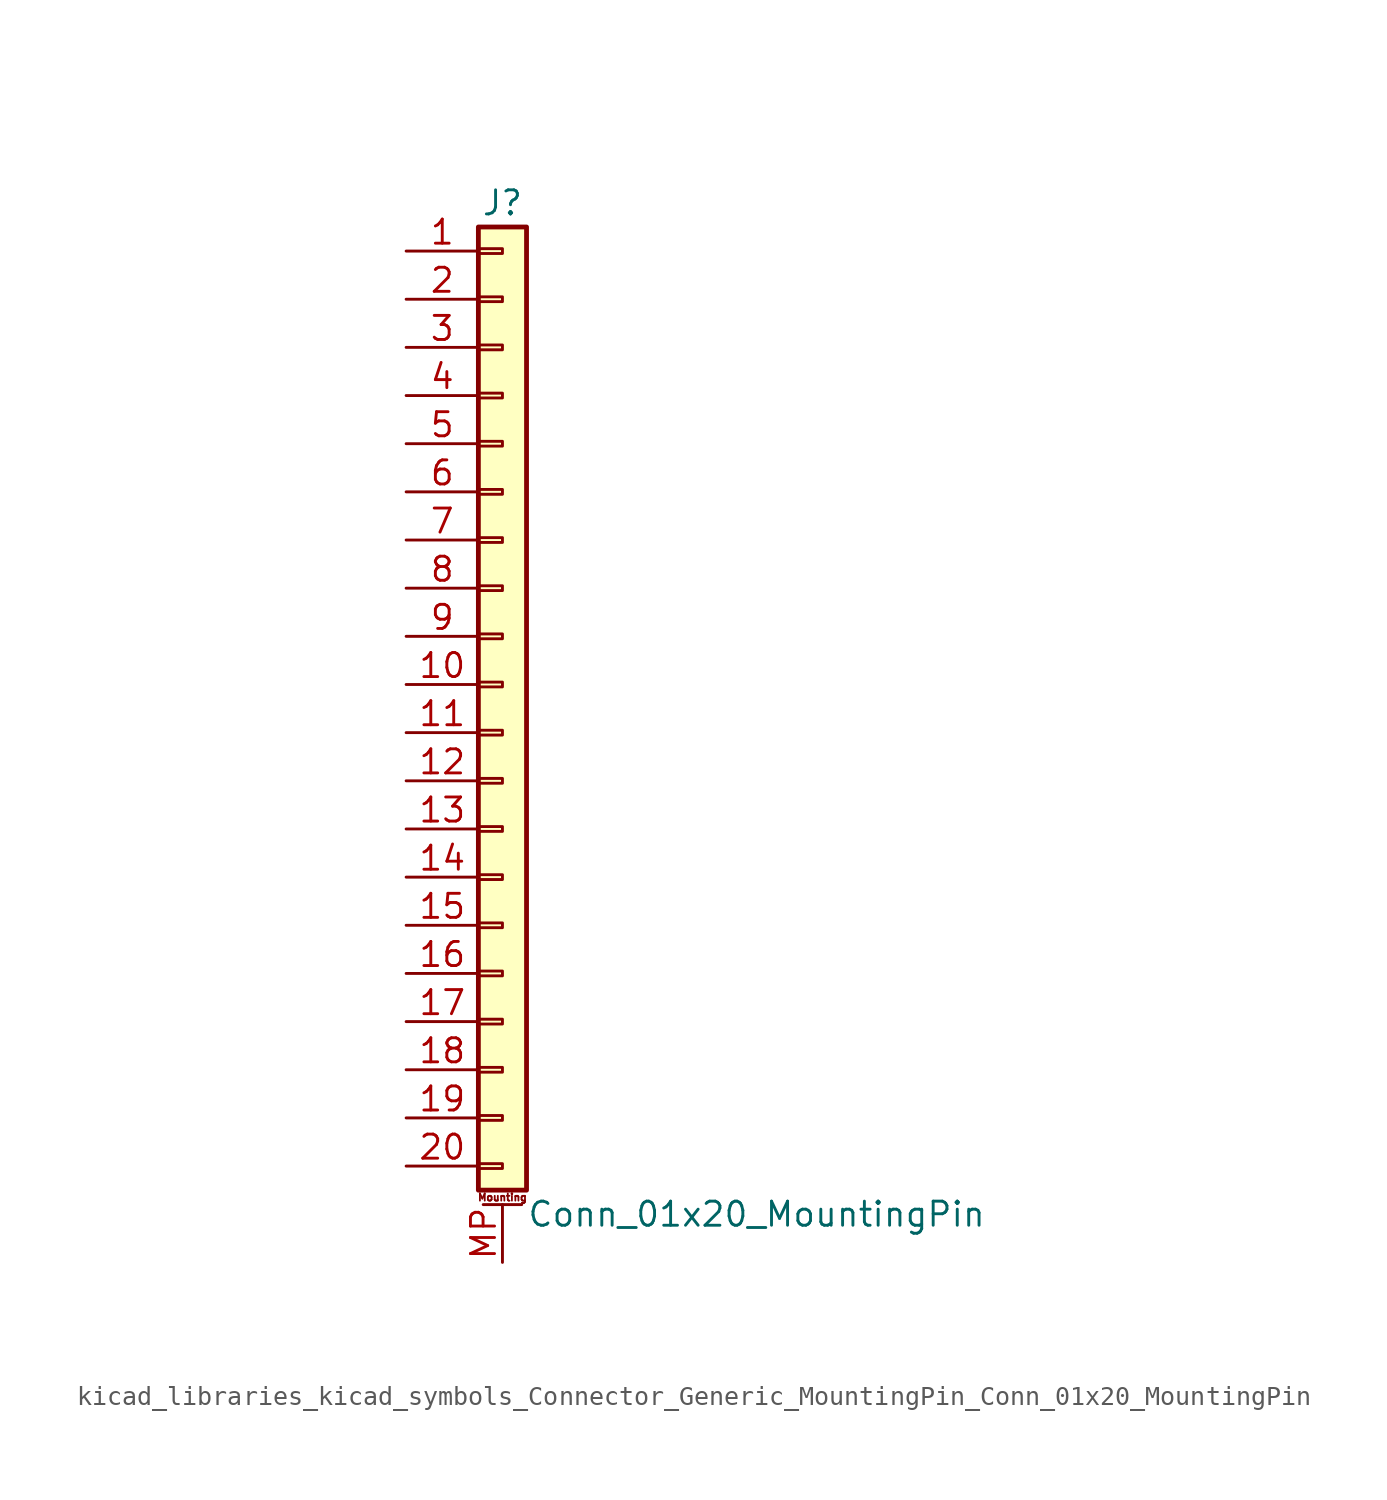
<source format=kicad_sym>
(kicad_symbol_lib
  (version 20220914)
  (generator kicad_symbol_editor)
  (symbol "kicad_libraries_kicad_symbols_Connector_Generic_MountingPin_Conn_01x20_MountingPin"
    (pin_names
      (offset 1.016) hide)
    (property "Reference" "J"
      (at 0 25.4 0)
      (effects (font (size 1.27 1.27))))
    (property "Value" "Conn_01x20_MountingPin"
      (at 1.27 -27.94 0)
      (effects (font (size 1.27 1.27)) (justify left)))
    (symbol "kicad_libraries_kicad_symbols_Connector_Generic_MountingPin_Conn_01x20_MountingPin_1_1"
      (rectangle (start -1.27 -25.273) (end 0 -25.527) (stroke (width 0.152) (type default)) (fill (type none)))
      (rectangle (start -1.27 -22.733) (end 0 -22.987) (stroke (width 0.152) (type default)) (fill (type none)))
      (rectangle (start -1.27 -20.193) (end 0 -20.447) (stroke (width 0.152) (type default)) (fill (type none)))
      (rectangle (start -1.27 -17.653) (end 0 -17.907) (stroke (width 0.152) (type default)) (fill (type none)))
      (rectangle (start -1.27 -15.113) (end 0 -15.367) (stroke (width 0.152) (type default)) (fill (type none)))
      (rectangle (start -1.27 -12.573) (end 0 -12.827) (stroke (width 0.152) (type default)) (fill (type none)))
      (rectangle (start -1.27 -10.033) (end 0 -10.287) (stroke (width 0.152) (type default)) (fill (type none)))
      (rectangle (start -1.27 -7.493) (end 0 -7.747) (stroke (width 0.152) (type default)) (fill (type none)))
      (rectangle (start -1.27 -4.953) (end 0 -5.207) (stroke (width 0.152) (type default)) (fill (type none)))
      (rectangle (start -1.27 -2.413) (end 0 -2.667) (stroke (width 0.152) (type default)) (fill (type none)))
      (rectangle (start -1.27 0.127) (end 0 -0.127) (stroke (width 0.152) (type default)) (fill (type none)))
      (rectangle (start -1.27 2.667) (end 0 2.413) (stroke (width 0.152) (type default)) (fill (type none)))
      (rectangle (start -1.27 5.207) (end 0 4.953) (stroke (width 0.152) (type default)) (fill (type none)))
      (rectangle (start -1.27 7.747) (end 0 7.493) (stroke (width 0.152) (type default)) (fill (type none)))
      (rectangle (start -1.27 10.287) (end 0 10.033) (stroke (width 0.152) (type default)) (fill (type none)))
      (rectangle (start -1.27 12.827) (end 0 12.573) (stroke (width 0.152) (type default)) (fill (type none)))
      (rectangle (start -1.27 15.367) (end 0 15.113) (stroke (width 0.152) (type default)) (fill (type none)))
      (rectangle (start -1.27 17.907) (end 0 17.653) (stroke (width 0.152) (type default)) (fill (type none)))
      (rectangle (start -1.27 20.447) (end 0 20.193) (stroke (width 0.152) (type default)) (fill (type none)))
      (rectangle (start -1.27 22.987) (end 0 22.733) (stroke (width 0.152) (type default)) (fill (type none)))
      (rectangle (start -1.27 24.13) (end 1.27 -26.67) (stroke (width 0.254) (type default)) (fill (type background)))
      (polyline (pts (xy -1.016 -27.432) (xy 1.016 -27.432)) (stroke (width 0.152) (type default)) (fill (type none)))
      (text "Mounting" (at 0 -27.051 0) (effects (font (size 0.381 0.381))))
      (pin passive line (at -5.08 22.86 0) (length 3.81) (name "Pin_1" (effects (font (size 1.27 1.27)))) (number "1" (effects (font (size 1.27 1.27)))))
      (pin passive line (at -5.08 0 0) (length 3.81) (name "Pin_10" (effects (font (size 1.27 1.27)))) (number "10" (effects (font (size 1.27 1.27)))))
      (pin passive line (at -5.08 -2.54 0) (length 3.81) (name "Pin_11" (effects (font (size 1.27 1.27)))) (number "11" (effects (font (size 1.27 1.27)))))
      (pin passive line (at -5.08 -5.08 0) (length 3.81) (name "Pin_12" (effects (font (size 1.27 1.27)))) (number "12" (effects (font (size 1.27 1.27)))))
      (pin passive line (at -5.08 -7.62 0) (length 3.81) (name "Pin_13" (effects (font (size 1.27 1.27)))) (number "13" (effects (font (size 1.27 1.27)))))
      (pin passive line (at -5.08 -10.16 0) (length 3.81) (name "Pin_14" (effects (font (size 1.27 1.27)))) (number "14" (effects (font (size 1.27 1.27)))))
      (pin passive line (at -5.08 -12.7 0) (length 3.81) (name "Pin_15" (effects (font (size 1.27 1.27)))) (number "15" (effects (font (size 1.27 1.27)))))
      (pin passive line (at -5.08 -15.24 0) (length 3.81) (name "Pin_16" (effects (font (size 1.27 1.27)))) (number "16" (effects (font (size 1.27 1.27)))))
      (pin passive line (at -5.08 -17.78 0) (length 3.81) (name "Pin_17" (effects (font (size 1.27 1.27)))) (number "17" (effects (font (size 1.27 1.27)))))
      (pin passive line (at -5.08 -20.32 0) (length 3.81) (name "Pin_18" (effects (font (size 1.27 1.27)))) (number "18" (effects (font (size 1.27 1.27)))))
      (pin passive line (at -5.08 -22.86 0) (length 3.81) (name "Pin_19" (effects (font (size 1.27 1.27)))) (number "19" (effects (font (size 1.27 1.27)))))
      (pin passive line (at -5.08 20.32 0) (length 3.81) (name "Pin_2" (effects (font (size 1.27 1.27)))) (number "2" (effects (font (size 1.27 1.27)))))
      (pin passive line (at -5.08 -25.4 0) (length 3.81) (name "Pin_20" (effects (font (size 1.27 1.27)))) (number "20" (effects (font (size 1.27 1.27)))))
      (pin passive line (at -5.08 17.78 0) (length 3.81) (name "Pin_3" (effects (font (size 1.27 1.27)))) (number "3" (effects (font (size 1.27 1.27)))))
      (pin passive line (at -5.08 15.24 0) (length 3.81) (name "Pin_4" (effects (font (size 1.27 1.27)))) (number "4" (effects (font (size 1.27 1.27)))))
      (pin passive line (at -5.08 12.7 0) (length 3.81) (name "Pin_5" (effects (font (size 1.27 1.27)))) (number "5" (effects (font (size 1.27 1.27)))))
      (pin passive line (at -5.08 10.16 0) (length 3.81) (name "Pin_6" (effects (font (size 1.27 1.27)))) (number "6" (effects (font (size 1.27 1.27)))))
      (pin passive line (at -5.08 7.62 0) (length 3.81) (name "Pin_7" (effects (font (size 1.27 1.27)))) (number "7" (effects (font (size 1.27 1.27)))))
      (pin passive line (at -5.08 5.08 0) (length 3.81) (name "Pin_8" (effects (font (size 1.27 1.27)))) (number "8" (effects (font (size 1.27 1.27)))))
      (pin passive line (at -5.08 2.54 0) (length 3.81) (name "Pin_9" (effects (font (size 1.27 1.27)))) (number "9" (effects (font (size 1.27 1.27)))))
      (pin passive line (at 0 -30.48 90) (length 3.048) (name "MountPin" (effects (font (size 1.27 1.27)))) (number "MP" (effects (font (size 1.27 1.27))))))))
</source>
